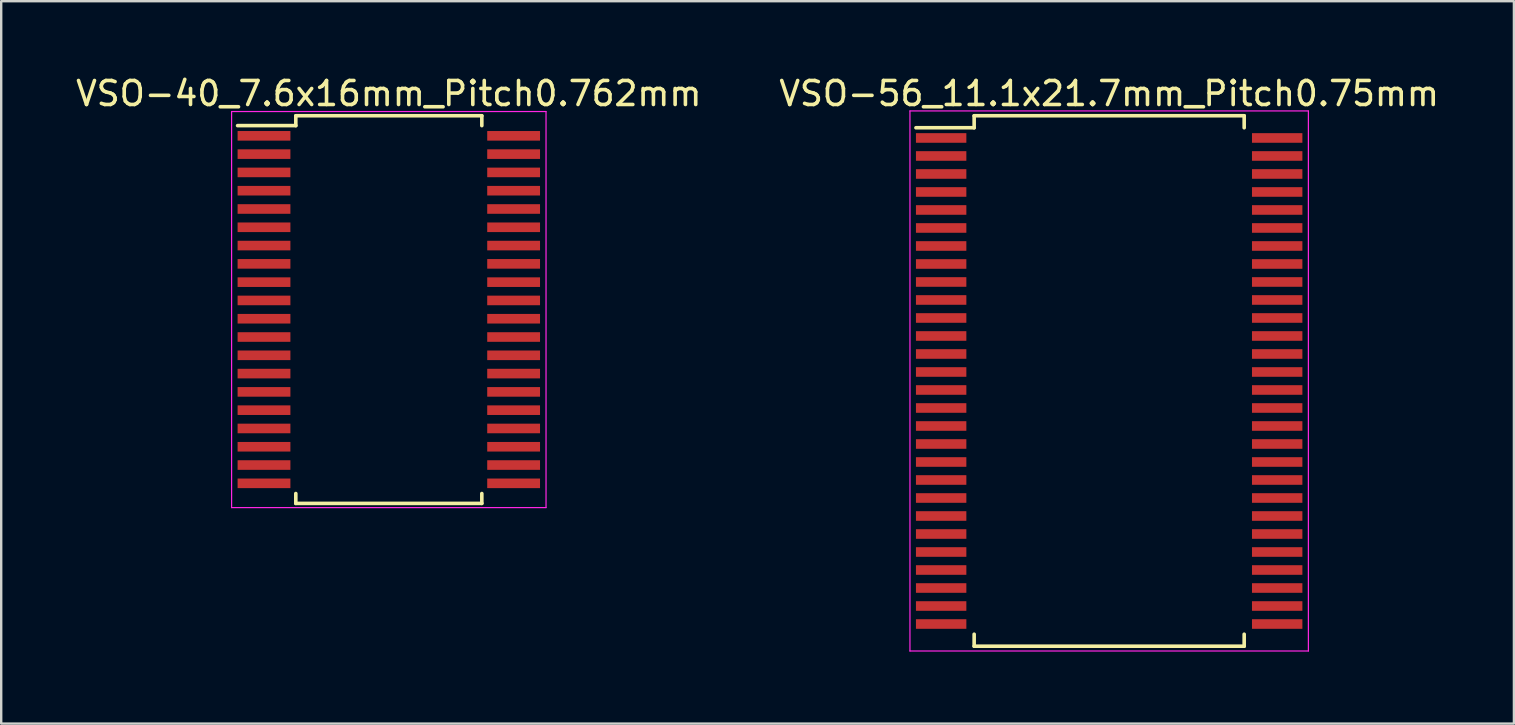
<source format=kicad_pcb>
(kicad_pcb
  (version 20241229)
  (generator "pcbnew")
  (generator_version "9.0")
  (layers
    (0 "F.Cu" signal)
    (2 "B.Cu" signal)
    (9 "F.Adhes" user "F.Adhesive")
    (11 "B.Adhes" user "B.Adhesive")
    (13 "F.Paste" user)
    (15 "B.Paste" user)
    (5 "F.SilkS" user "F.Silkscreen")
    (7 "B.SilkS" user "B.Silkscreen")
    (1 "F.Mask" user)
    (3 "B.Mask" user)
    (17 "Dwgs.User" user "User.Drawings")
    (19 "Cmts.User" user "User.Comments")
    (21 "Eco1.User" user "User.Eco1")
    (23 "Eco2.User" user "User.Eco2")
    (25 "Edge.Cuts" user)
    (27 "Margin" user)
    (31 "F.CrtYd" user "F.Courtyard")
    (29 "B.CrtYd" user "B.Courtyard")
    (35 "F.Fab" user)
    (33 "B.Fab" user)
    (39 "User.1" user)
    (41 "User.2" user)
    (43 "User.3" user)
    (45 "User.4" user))
  (footprint "VSO-56_11.1x21.7mm_Pitch0.75mm"
    (layer "F.Cu")
    (at 43.161 12.823)
    (property "Reference" "VSO-56_11.1x21.7mm_Pitch0.75mm" (at 0 -11.975 0) (layer "F.SilkS") (effects (font (size 1 1) (thickness 0.15))))
    (attr smd)
    (fp_line (start -5.625 -11.05) (end -5.625 -10.55) (stroke (width 0.15) (type solid)) (layer "F.SilkS"))
    (fp_line (start -5.625 -11.05) (end 5.625 -11.05) (stroke (width 0.15) (type solid)) (layer "F.SilkS"))
    (fp_line (start -5.625 -10.55) (end -8.05 -10.55) (stroke (width 0.15) (type solid)) (layer "F.SilkS"))
    (fp_line (start -5.625 11.05) (end -5.625 10.55) (stroke (width 0.15) (type solid)) (layer "F.SilkS"))
    (fp_line (start -5.625 11.05) (end 5.625 11.05) (stroke (width 0.15) (type solid)) (layer "F.SilkS"))
    (fp_line (start 5.625 -11.05) (end 5.625 -10.55) (stroke (width 0.15) (type solid)) (layer "F.SilkS"))
    (fp_line (start 5.625 11.05) (end 5.625 10.55) (stroke (width 0.15) (type solid)) (layer "F.SilkS"))
    (fp_line (start -8.3 -11.25) (end -8.3 11.25) (stroke (width 0.05) (type solid)) (layer "F.CrtYd"))
    (fp_line (start -8.3 -11.25) (end 8.3 -11.25) (stroke (width 0.05) (type solid)) (layer "F.CrtYd"))
    (fp_line (start -8.3 11.25) (end 8.3 11.25) (stroke (width 0.05) (type solid)) (layer "F.CrtYd"))
    (fp_line (start 8.3 -11.25) (end 8.3 11.25) (stroke (width 0.05) (type solid)) (layer "F.CrtYd"))
    (pad "1" smd rect (at -7 -10.125) (size 2.1 0.4) (layers "F.Cu" "F.Mask" "F.Paste"))
    (pad "2" smd rect (at -7 -9.375) (size 2.1 0.4) (layers "F.Cu" "F.Mask" "F.Paste"))
    (pad "3" smd rect (at -7 -8.625) (size 2.1 0.4) (layers "F.Cu" "F.Mask" "F.Paste"))
    (pad "4" smd rect (at -7 -7.875) (size 2.1 0.4) (layers "F.Cu" "F.Mask" "F.Paste"))
    (pad "5" smd rect (at -7 -7.125) (size 2.1 0.4) (layers "F.Cu" "F.Mask" "F.Paste"))
    (pad "6" smd rect (at -7 -6.375) (size 2.1 0.4) (layers "F.Cu" "F.Mask" "F.Paste"))
    (pad "7" smd rect (at -7 -5.625) (size 2.1 0.4) (layers "F.Cu" "F.Mask" "F.Paste"))
    (pad "8" smd rect (at -7 -4.875) (size 2.1 0.4) (layers "F.Cu" "F.Mask" "F.Paste"))
    (pad "9" smd rect (at -7 -4.125) (size 2.1 0.4) (layers "F.Cu" "F.Mask" "F.Paste"))
    (pad "10" smd rect (at -7 -3.375) (size 2.1 0.4) (layers "F.Cu" "F.Mask" "F.Paste"))
    (pad "11" smd rect (at -7 -2.625) (size 2.1 0.4) (layers "F.Cu" "F.Mask" "F.Paste"))
    (pad "12" smd rect (at -7 -1.875) (size 2.1 0.4) (layers "F.Cu" "F.Mask" "F.Paste"))
    (pad "13" smd rect (at -7 -1.125) (size 2.1 0.4) (layers "F.Cu" "F.Mask" "F.Paste"))
    (pad "14" smd rect (at -7 -0.375) (size 2.1 0.4) (layers "F.Cu" "F.Mask" "F.Paste"))
    (pad "15" smd rect (at -7 0.375) (size 2.1 0.4) (layers "F.Cu" "F.Mask" "F.Paste"))
    (pad "16" smd rect (at -7 1.125) (size 2.1 0.4) (layers "F.Cu" "F.Mask" "F.Paste"))
    (pad "17" smd rect (at -7 1.875) (size 2.1 0.4) (layers "F.Cu" "F.Mask" "F.Paste"))
    (pad "18" smd rect (at -7 2.625) (size 2.1 0.4) (layers "F.Cu" "F.Mask" "F.Paste"))
    (pad "19" smd rect (at -7 3.375) (size 2.1 0.4) (layers "F.Cu" "F.Mask" "F.Paste"))
    (pad "20" smd rect (at -7 4.125) (size 2.1 0.4) (layers "F.Cu" "F.Mask" "F.Paste"))
    (pad "21" smd rect (at -7 4.875) (size 2.1 0.4) (layers "F.Cu" "F.Mask" "F.Paste"))
    (pad "22" smd rect (at -7 5.625) (size 2.1 0.4) (layers "F.Cu" "F.Mask" "F.Paste"))
    (pad "23" smd rect (at -7 6.375) (size 2.1 0.4) (layers "F.Cu" "F.Mask" "F.Paste"))
    (pad "24" smd rect (at -7 7.125) (size 2.1 0.4) (layers "F.Cu" "F.Mask" "F.Paste"))
    (pad "25" smd rect (at -7 7.875) (size 2.1 0.4) (layers "F.Cu" "F.Mask" "F.Paste"))
    (pad "26" smd rect (at -7 8.625) (size 2.1 0.4) (layers "F.Cu" "F.Mask" "F.Paste"))
    (pad "27" smd rect (at -7 9.375) (size 2.1 0.4) (layers "F.Cu" "F.Mask" "F.Paste"))
    (pad "28" smd rect (at -7 10.125) (size 2.1 0.4) (layers "F.Cu" "F.Mask" "F.Paste"))
    (pad "29" smd rect (at 7 10.125) (size 2.1 0.4) (layers "F.Cu" "F.Mask" "F.Paste"))
    (pad "30" smd rect (at 7 9.375) (size 2.1 0.4) (layers "F.Cu" "F.Mask" "F.Paste"))
    (pad "31" smd rect (at 7 8.625) (size 2.1 0.4) (layers "F.Cu" "F.Mask" "F.Paste"))
    (pad "32" smd rect (at 7 7.875) (size 2.1 0.4) (layers "F.Cu" "F.Mask" "F.Paste"))
    (pad "33" smd rect (at 7 7.125) (size 2.1 0.4) (layers "F.Cu" "F.Mask" "F.Paste"))
    (pad "34" smd rect (at 7 6.375) (size 2.1 0.4) (layers "F.Cu" "F.Mask" "F.Paste"))
    (pad "35" smd rect (at 7 5.625) (size 2.1 0.4) (layers "F.Cu" "F.Mask" "F.Paste"))
    (pad "36" smd rect (at 7 4.875) (size 2.1 0.4) (layers "F.Cu" "F.Mask" "F.Paste"))
    (pad "37" smd rect (at 7 4.125) (size 2.1 0.4) (layers "F.Cu" "F.Mask" "F.Paste"))
    (pad "38" smd rect (at 7 3.375) (size 2.1 0.4) (layers "F.Cu" "F.Mask" "F.Paste"))
    (pad "39" smd rect (at 7 2.625) (size 2.1 0.4) (layers "F.Cu" "F.Mask" "F.Paste"))
    (pad "40" smd rect (at 7 1.875) (size 2.1 0.4) (layers "F.Cu" "F.Mask" "F.Paste"))
    (pad "41" smd rect (at 7 1.125) (size 2.1 0.4) (layers "F.Cu" "F.Mask" "F.Paste"))
    (pad "42" smd rect (at 7 0.375) (size 2.1 0.4) (layers "F.Cu" "F.Mask" "F.Paste"))
    (pad "43" smd rect (at 7 -0.375) (size 2.1 0.4) (layers "F.Cu" "F.Mask" "F.Paste"))
    (pad "44" smd rect (at 7 -1.125) (size 2.1 0.4) (layers "F.Cu" "F.Mask" "F.Paste"))
    (pad "45" smd rect (at 7 -1.875) (size 2.1 0.4) (layers "F.Cu" "F.Mask" "F.Paste"))
    (pad "46" smd rect (at 7 -2.625) (size 2.1 0.4) (layers "F.Cu" "F.Mask" "F.Paste"))
    (pad "47" smd rect (at 7 -3.375) (size 2.1 0.4) (layers "F.Cu" "F.Mask" "F.Paste"))
    (pad "48" smd rect (at 7 -4.125) (size 2.1 0.4) (layers "F.Cu" "F.Mask" "F.Paste"))
    (pad "49" smd rect (at 7 -4.875) (size 2.1 0.4) (layers "F.Cu" "F.Mask" "F.Paste"))
    (pad "50" smd rect (at 7 -5.625) (size 2.1 0.4) (layers "F.Cu" "F.Mask" "F.Paste"))
    (pad "51" smd rect (at 7 -6.375) (size 2.1 0.4) (layers "F.Cu" "F.Mask" "F.Paste"))
    (pad "52" smd rect (at 7 -7.125) (size 2.1 0.4) (layers "F.Cu" "F.Mask" "F.Paste"))
    (pad "53" smd rect (at 7 -7.875) (size 2.1 0.4) (layers "F.Cu" "F.Mask" "F.Paste"))
    (pad "54" smd rect (at 7 -8.625) (size 2.1 0.4) (layers "F.Cu" "F.Mask" "F.Paste"))
    (pad "55" smd rect (at 7 -9.375) (size 2.1 0.4) (layers "F.Cu" "F.Mask" "F.Paste"))
    (pad "56" smd rect (at 7 -10.125) (size 2.1 0.4) (layers "F.Cu" "F.Mask" "F.Paste")))
  (footprint "VSO-40_7.6x16mm_Pitch0.762mm"
    (layer "F.Cu")
    (at 13.149 9.848)
    (property "Reference" "VSO-40_7.6x16mm_Pitch0.762mm" (at 0 -9 0) (layer "F.SilkS") (effects (font (size 1 1) (thickness 0.15))))
    (attr smd)
    (fp_line (start -3.875 -8.075) (end -3.875 -7.664) (stroke (width 0.15) (type solid)) (layer "F.SilkS"))
    (fp_line (start -3.875 -8.075) (end 3.875 -8.075) (stroke (width 0.15) (type solid)) (layer "F.SilkS"))
    (fp_line (start -3.875 -7.664) (end -6.3 -7.664) (stroke (width 0.15) (type solid)) (layer "F.SilkS"))
    (fp_line (start -3.875 8.075) (end -3.875 7.664) (stroke (width 0.15) (type solid)) (layer "F.SilkS"))
    (fp_line (start -3.875 8.075) (end 3.875 8.075) (stroke (width 0.15) (type solid)) (layer "F.SilkS"))
    (fp_line (start 3.875 -8.075) (end 3.875 -7.664) (stroke (width 0.15) (type solid)) (layer "F.SilkS"))
    (fp_line (start 3.875 8.075) (end 3.875 7.664) (stroke (width 0.15) (type solid)) (layer "F.SilkS"))
    (fp_line (start -6.55 -8.25) (end -6.55 8.25) (stroke (width 0.05) (type solid)) (layer "F.CrtYd"))
    (fp_line (start -6.55 -8.25) (end 6.55 -8.25) (stroke (width 0.05) (type solid)) (layer "F.CrtYd"))
    (fp_line (start -6.55 8.25) (end 6.55 8.25) (stroke (width 0.05) (type solid)) (layer "F.CrtYd"))
    (fp_line (start 6.55 -8.25) (end 6.55 8.25) (stroke (width 0.05) (type solid)) (layer "F.CrtYd"))
    (pad "1" smd rect (at -5.2 -7.239) (size 2.2 0.4) (layers "F.Cu" "F.Mask" "F.Paste"))
    (pad "2" smd rect (at -5.2 -6.477) (size 2.2 0.4) (layers "F.Cu" "F.Mask" "F.Paste"))
    (pad "3" smd rect (at -5.2 -5.715) (size 2.2 0.4) (layers "F.Cu" "F.Mask" "F.Paste"))
    (pad "4" smd rect (at -5.2 -4.953) (size 2.2 0.4) (layers "F.Cu" "F.Mask" "F.Paste"))
    (pad "5" smd rect (at -5.2 -4.191) (size 2.2 0.4) (layers "F.Cu" "F.Mask" "F.Paste"))
    (pad "6" smd rect (at -5.2 -3.429) (size 2.2 0.4) (layers "F.Cu" "F.Mask" "F.Paste"))
    (pad "7" smd rect (at -5.2 -2.667) (size 2.2 0.4) (layers "F.Cu" "F.Mask" "F.Paste"))
    (pad "8" smd rect (at -5.2 -1.905) (size 2.2 0.4) (layers "F.Cu" "F.Mask" "F.Paste"))
    (pad "9" smd rect (at -5.2 -1.143) (size 2.2 0.4) (layers "F.Cu" "F.Mask" "F.Paste"))
    (pad "10" smd rect (at -5.2 -0.381) (size 2.2 0.4) (layers "F.Cu" "F.Mask" "F.Paste"))
    (pad "11" smd rect (at -5.2 0.381) (size 2.2 0.4) (layers "F.Cu" "F.Mask" "F.Paste"))
    (pad "12" smd rect (at -5.2 1.143) (size 2.2 0.4) (layers "F.Cu" "F.Mask" "F.Paste"))
    (pad "13" smd rect (at -5.2 1.905) (size 2.2 0.4) (layers "F.Cu" "F.Mask" "F.Paste"))
    (pad "14" smd rect (at -5.2 2.667) (size 2.2 0.4) (layers "F.Cu" "F.Mask" "F.Paste"))
    (pad "15" smd rect (at -5.2 3.429) (size 2.2 0.4) (layers "F.Cu" "F.Mask" "F.Paste"))
    (pad "16" smd rect (at -5.2 4.191) (size 2.2 0.4) (layers "F.Cu" "F.Mask" "F.Paste"))
    (pad "17" smd rect (at -5.2 4.953) (size 2.2 0.4) (layers "F.Cu" "F.Mask" "F.Paste"))
    (pad "18" smd rect (at -5.2 5.715) (size 2.2 0.4) (layers "F.Cu" "F.Mask" "F.Paste"))
    (pad "19" smd rect (at -5.2 6.477) (size 2.2 0.4) (layers "F.Cu" "F.Mask" "F.Paste"))
    (pad "20" smd rect (at -5.2 7.239) (size 2.2 0.4) (layers "F.Cu" "F.Mask" "F.Paste"))
    (pad "21" smd rect (at 5.2 7.239) (size 2.2 0.4) (layers "F.Cu" "F.Mask" "F.Paste"))
    (pad "22" smd rect (at 5.2 6.477) (size 2.2 0.4) (layers "F.Cu" "F.Mask" "F.Paste"))
    (pad "23" smd rect (at 5.2 5.715) (size 2.2 0.4) (layers "F.Cu" "F.Mask" "F.Paste"))
    (pad "24" smd rect (at 5.2 4.953) (size 2.2 0.4) (layers "F.Cu" "F.Mask" "F.Paste"))
    (pad "25" smd rect (at 5.2 4.191) (size 2.2 0.4) (layers "F.Cu" "F.Mask" "F.Paste"))
    (pad "26" smd rect (at 5.2 3.429) (size 2.2 0.4) (layers "F.Cu" "F.Mask" "F.Paste"))
    (pad "27" smd rect (at 5.2 2.667) (size 2.2 0.4) (layers "F.Cu" "F.Mask" "F.Paste"))
    (pad "28" smd rect (at 5.2 1.905) (size 2.2 0.4) (layers "F.Cu" "F.Mask" "F.Paste"))
    (pad "29" smd rect (at 5.2 1.143) (size 2.2 0.4) (layers "F.Cu" "F.Mask" "F.Paste"))
    (pad "30" smd rect (at 5.2 0.381) (size 2.2 0.4) (layers "F.Cu" "F.Mask" "F.Paste"))
    (pad "31" smd rect (at 5.2 -0.381) (size 2.2 0.4) (layers "F.Cu" "F.Mask" "F.Paste"))
    (pad "32" smd rect (at 5.2 -1.143) (size 2.2 0.4) (layers "F.Cu" "F.Mask" "F.Paste"))
    (pad "33" smd rect (at 5.2 -1.905) (size 2.2 0.4) (layers "F.Cu" "F.Mask" "F.Paste"))
    (pad "34" smd rect (at 5.2 -2.667) (size 2.2 0.4) (layers "F.Cu" "F.Mask" "F.Paste"))
    (pad "35" smd rect (at 5.2 -3.429) (size 2.2 0.4) (layers "F.Cu" "F.Mask" "F.Paste"))
    (pad "36" smd rect (at 5.2 -4.191) (size 2.2 0.4) (layers "F.Cu" "F.Mask" "F.Paste"))
    (pad "37" smd rect (at 5.2 -4.953) (size 2.2 0.4) (layers "F.Cu" "F.Mask" "F.Paste"))
    (pad "38" smd rect (at 5.2 -5.715) (size 2.2 0.4) (layers "F.Cu" "F.Mask" "F.Paste"))
    (pad "39" smd rect (at 5.2 -6.477) (size 2.2 0.4) (layers "F.Cu" "F.Mask" "F.Paste"))
    (pad "40" smd rect (at 5.2 -7.239) (size 2.2 0.4) (layers "F.Cu" "F.Mask" "F.Paste")))
  (gr_rect
    (start -3 -3)
    (end 60.024 27.098)
    (stroke (width 0.1) (type default))
    (fill no)
    (layer "Edge.Cuts")))
</source>
